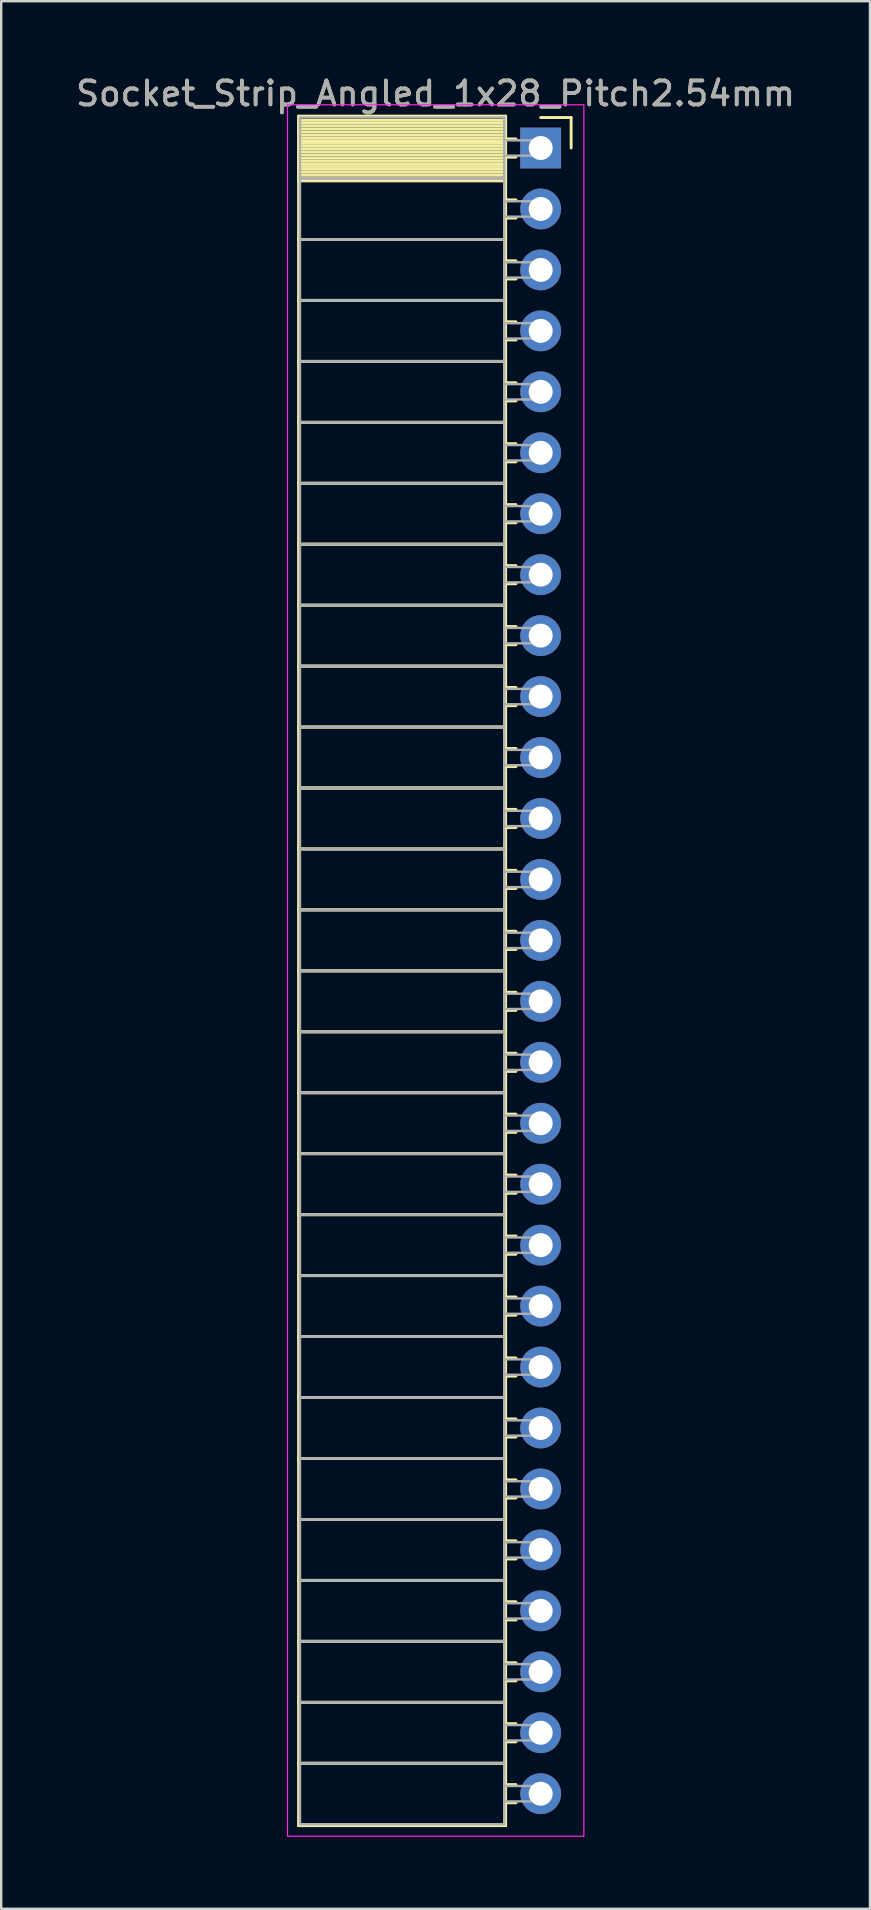
<source format=kicad_pcb>
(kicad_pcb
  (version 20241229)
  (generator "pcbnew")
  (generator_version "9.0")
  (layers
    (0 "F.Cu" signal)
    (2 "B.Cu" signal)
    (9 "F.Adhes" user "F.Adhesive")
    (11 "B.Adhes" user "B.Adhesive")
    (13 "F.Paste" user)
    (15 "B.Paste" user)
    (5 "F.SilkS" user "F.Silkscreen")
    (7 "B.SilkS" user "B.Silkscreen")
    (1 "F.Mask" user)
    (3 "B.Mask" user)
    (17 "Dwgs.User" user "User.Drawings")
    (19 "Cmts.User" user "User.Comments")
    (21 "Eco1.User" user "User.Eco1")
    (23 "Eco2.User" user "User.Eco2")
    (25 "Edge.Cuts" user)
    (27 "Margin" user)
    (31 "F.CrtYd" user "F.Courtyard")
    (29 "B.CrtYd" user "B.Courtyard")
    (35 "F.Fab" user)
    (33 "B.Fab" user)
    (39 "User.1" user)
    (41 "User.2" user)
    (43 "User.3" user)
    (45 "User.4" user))
  (footprint "Socket_Strip_Angled_1x28_Pitch2.54mm"
    (layer "F.Cu")
    (at 19.481 3.118)
    (property "Reference" "Socket_Strip_Angled_1x28_Pitch2.54mm" (at -4.38 -2.27 0) (layer "F.SilkS") (effects (font (size 1 1) (thickness 0.15))))
    (attr through_hole)
    (fp_line (start -10.09 -1.33) (end -1.46 -1.33) (stroke (width 0.12) (type solid)) (layer "F.SilkS"))
    (fp_line (start -10.09 1.27) (end -10.09 -1.33) (stroke (width 0.12) (type solid)) (layer "F.SilkS"))
    (fp_line (start -10.09 1.27) (end -1.46 1.27) (stroke (width 0.12) (type solid)) (layer "F.SilkS"))
    (fp_line (start -10.09 3.81) (end -10.09 1.27) (stroke (width 0.12) (type solid)) (layer "F.SilkS"))
    (fp_line (start -10.09 3.81) (end -1.46 3.81) (stroke (width 0.12) (type solid)) (layer "F.SilkS"))
    (fp_line (start -10.09 6.35) (end -10.09 3.81) (stroke (width 0.12) (type solid)) (layer "F.SilkS"))
    (fp_line (start -10.09 6.35) (end -1.46 6.35) (stroke (width 0.12) (type solid)) (layer "F.SilkS"))
    (fp_line (start -10.09 8.89) (end -10.09 6.35) (stroke (width 0.12) (type solid)) (layer "F.SilkS"))
    (fp_line (start -10.09 8.89) (end -1.46 8.89) (stroke (width 0.12) (type solid)) (layer "F.SilkS"))
    (fp_line (start -10.09 11.43) (end -10.09 8.89) (stroke (width 0.12) (type solid)) (layer "F.SilkS"))
    (fp_line (start -10.09 11.43) (end -1.46 11.43) (stroke (width 0.12) (type solid)) (layer "F.SilkS"))
    (fp_line (start -10.09 13.97) (end -10.09 11.43) (stroke (width 0.12) (type solid)) (layer "F.SilkS"))
    (fp_line (start -10.09 13.97) (end -1.46 13.97) (stroke (width 0.12) (type solid)) (layer "F.SilkS"))
    (fp_line (start -10.09 16.51) (end -10.09 13.97) (stroke (width 0.12) (type solid)) (layer "F.SilkS"))
    (fp_line (start -10.09 16.51) (end -1.46 16.51) (stroke (width 0.12) (type solid)) (layer "F.SilkS"))
    (fp_line (start -10.09 19.05) (end -10.09 16.51) (stroke (width 0.12) (type solid)) (layer "F.SilkS"))
    (fp_line (start -10.09 19.05) (end -1.46 19.05) (stroke (width 0.12) (type solid)) (layer "F.SilkS"))
    (fp_line (start -10.09 21.59) (end -10.09 19.05) (stroke (width 0.12) (type solid)) (layer "F.SilkS"))
    (fp_line (start -10.09 21.59) (end -1.46 21.59) (stroke (width 0.12) (type solid)) (layer "F.SilkS"))
    (fp_line (start -10.09 24.13) (end -10.09 21.59) (stroke (width 0.12) (type solid)) (layer "F.SilkS"))
    (fp_line (start -10.09 24.13) (end -1.46 24.13) (stroke (width 0.12) (type solid)) (layer "F.SilkS"))
    (fp_line (start -10.09 26.67) (end -10.09 24.13) (stroke (width 0.12) (type solid)) (layer "F.SilkS"))
    (fp_line (start -10.09 26.67) (end -1.46 26.67) (stroke (width 0.12) (type solid)) (layer "F.SilkS"))
    (fp_line (start -10.09 29.21) (end -10.09 26.67) (stroke (width 0.12) (type solid)) (layer "F.SilkS"))
    (fp_line (start -10.09 29.21) (end -1.46 29.21) (stroke (width 0.12) (type solid)) (layer "F.SilkS"))
    (fp_line (start -10.09 31.75) (end -10.09 29.21) (stroke (width 0.12) (type solid)) (layer "F.SilkS"))
    (fp_line (start -10.09 31.75) (end -1.46 31.75) (stroke (width 0.12) (type solid)) (layer "F.SilkS"))
    (fp_line (start -10.09 34.29) (end -10.09 31.75) (stroke (width 0.12) (type solid)) (layer "F.SilkS"))
    (fp_line (start -10.09 34.29) (end -1.46 34.29) (stroke (width 0.12) (type solid)) (layer "F.SilkS"))
    (fp_line (start -10.09 36.83) (end -10.09 34.29) (stroke (width 0.12) (type solid)) (layer "F.SilkS"))
    (fp_line (start -10.09 36.83) (end -1.46 36.83) (stroke (width 0.12) (type solid)) (layer "F.SilkS"))
    (fp_line (start -10.09 39.37) (end -10.09 36.83) (stroke (width 0.12) (type solid)) (layer "F.SilkS"))
    (fp_line (start -10.09 39.37) (end -1.46 39.37) (stroke (width 0.12) (type solid)) (layer "F.SilkS"))
    (fp_line (start -10.09 41.91) (end -10.09 39.37) (stroke (width 0.12) (type solid)) (layer "F.SilkS"))
    (fp_line (start -10.09 41.91) (end -1.46 41.91) (stroke (width 0.12) (type solid)) (layer "F.SilkS"))
    (fp_line (start -10.09 44.45) (end -10.09 41.91) (stroke (width 0.12) (type solid)) (layer "F.SilkS"))
    (fp_line (start -10.09 44.45) (end -1.46 44.45) (stroke (width 0.12) (type solid)) (layer "F.SilkS"))
    (fp_line (start -10.09 46.99) (end -10.09 44.45) (stroke (width 0.12) (type solid)) (layer "F.SilkS"))
    (fp_line (start -10.09 46.99) (end -1.46 46.99) (stroke (width 0.12) (type solid)) (layer "F.SilkS"))
    (fp_line (start -10.09 49.53) (end -10.09 46.99) (stroke (width 0.12) (type solid)) (layer "F.SilkS"))
    (fp_line (start -10.09 49.53) (end -1.46 49.53) (stroke (width 0.12) (type solid)) (layer "F.SilkS"))
    (fp_line (start -10.09 52.07) (end -10.09 49.53) (stroke (width 0.12) (type solid)) (layer "F.SilkS"))
    (fp_line (start -10.09 52.07) (end -1.46 52.07) (stroke (width 0.12) (type solid)) (layer "F.SilkS"))
    (fp_line (start -10.09 54.61) (end -10.09 52.07) (stroke (width 0.12) (type solid)) (layer "F.SilkS"))
    (fp_line (start -10.09 54.61) (end -1.46 54.61) (stroke (width 0.12) (type solid)) (layer "F.SilkS"))
    (fp_line (start -10.09 57.15) (end -10.09 54.61) (stroke (width 0.12) (type solid)) (layer "F.SilkS"))
    (fp_line (start -10.09 57.15) (end -1.46 57.15) (stroke (width 0.12) (type solid)) (layer "F.SilkS"))
    (fp_line (start -10.09 59.69) (end -10.09 57.15) (stroke (width 0.12) (type solid)) (layer "F.SilkS"))
    (fp_line (start -10.09 59.69) (end -1.46 59.69) (stroke (width 0.12) (type solid)) (layer "F.SilkS"))
    (fp_line (start -10.09 62.23) (end -10.09 59.69) (stroke (width 0.12) (type solid)) (layer "F.SilkS"))
    (fp_line (start -10.09 62.23) (end -1.46 62.23) (stroke (width 0.12) (type solid)) (layer "F.SilkS"))
    (fp_line (start -10.09 64.77) (end -10.09 62.23) (stroke (width 0.12) (type solid)) (layer "F.SilkS"))
    (fp_line (start -10.09 64.77) (end -1.46 64.77) (stroke (width 0.12) (type solid)) (layer "F.SilkS"))
    (fp_line (start -10.09 67.31) (end -10.09 64.77) (stroke (width 0.12) (type solid)) (layer "F.SilkS"))
    (fp_line (start -10.09 67.31) (end -1.46 67.31) (stroke (width 0.12) (type solid)) (layer "F.SilkS"))
    (fp_line (start -10.09 69.91) (end -10.09 67.31) (stroke (width 0.12) (type solid)) (layer "F.SilkS"))
    (fp_line (start -1.46 -1.33) (end -1.46 1.27) (stroke (width 0.12) (type solid)) (layer "F.SilkS"))
    (fp_line (start -1.46 -1.15) (end -10.09 -1.15) (stroke (width 0.12) (type solid)) (layer "F.SilkS"))
    (fp_line (start -1.46 -1.03) (end -10.09 -1.03) (stroke (width 0.12) (type solid)) (layer "F.SilkS"))
    (fp_line (start -1.46 -0.91) (end -10.09 -0.91) (stroke (width 0.12) (type solid)) (layer "F.SilkS"))
    (fp_line (start -1.46 -0.79) (end -10.09 -0.79) (stroke (width 0.12) (type solid)) (layer "F.SilkS"))
    (fp_line (start -1.46 -0.67) (end -10.09 -0.67) (stroke (width 0.12) (type solid)) (layer "F.SilkS"))
    (fp_line (start -1.46 -0.55) (end -10.09 -0.55) (stroke (width 0.12) (type solid)) (layer "F.SilkS"))
    (fp_line (start -1.46 -0.43) (end -10.09 -0.43) (stroke (width 0.12) (type solid)) (layer "F.SilkS"))
    (fp_line (start -1.46 -0.31) (end -10.09 -0.31) (stroke (width 0.12) (type solid)) (layer "F.SilkS"))
    (fp_line (start -1.46 -0.19) (end -10.09 -0.19) (stroke (width 0.12) (type solid)) (layer "F.SilkS"))
    (fp_line (start -1.46 -0.07) (end -10.09 -0.07) (stroke (width 0.12) (type solid)) (layer "F.SilkS"))
    (fp_line (start -1.46 0.05) (end -10.09 0.05) (stroke (width 0.12) (type solid)) (layer "F.SilkS"))
    (fp_line (start -1.46 0.17) (end -10.09 0.17) (stroke (width 0.12) (type solid)) (layer "F.SilkS"))
    (fp_line (start -1.46 0.29) (end -10.09 0.29) (stroke (width 0.12) (type solid)) (layer "F.SilkS"))
    (fp_line (start -1.46 0.41) (end -10.09 0.41) (stroke (width 0.12) (type solid)) (layer "F.SilkS"))
    (fp_line (start -1.46 0.53) (end -10.09 0.53) (stroke (width 0.12) (type solid)) (layer "F.SilkS"))
    (fp_line (start -1.46 0.65) (end -10.09 0.65) (stroke (width 0.12) (type solid)) (layer "F.SilkS"))
    (fp_line (start -1.46 0.77) (end -10.09 0.77) (stroke (width 0.12) (type solid)) (layer "F.SilkS"))
    (fp_line (start -1.46 0.89) (end -10.09 0.89) (stroke (width 0.12) (type solid)) (layer "F.SilkS"))
    (fp_line (start -1.46 1.01) (end -10.09 1.01) (stroke (width 0.12) (type solid)) (layer "F.SilkS"))
    (fp_line (start -1.46 1.13) (end -10.09 1.13) (stroke (width 0.12) (type solid)) (layer "F.SilkS"))
    (fp_line (start -1.46 1.25) (end -10.09 1.25) (stroke (width 0.12) (type solid)) (layer "F.SilkS"))
    (fp_line (start -1.46 1.27) (end -10.09 1.27) (stroke (width 0.12) (type solid)) (layer "F.SilkS"))
    (fp_line (start -1.46 1.27) (end -1.46 3.81) (stroke (width 0.12) (type solid)) (layer "F.SilkS"))
    (fp_line (start -1.46 1.37) (end -10.09 1.37) (stroke (width 0.12) (type solid)) (layer "F.SilkS"))
    (fp_line (start -1.46 3.81) (end -10.09 3.81) (stroke (width 0.12) (type solid)) (layer "F.SilkS"))
    (fp_line (start -1.46 3.81) (end -1.46 6.35) (stroke (width 0.12) (type solid)) (layer "F.SilkS"))
    (fp_line (start -1.46 6.35) (end -10.09 6.35) (stroke (width 0.12) (type solid)) (layer "F.SilkS"))
    (fp_line (start -1.46 6.35) (end -1.46 8.89) (stroke (width 0.12) (type solid)) (layer "F.SilkS"))
    (fp_line (start -1.46 8.89) (end -10.09 8.89) (stroke (width 0.12) (type solid)) (layer "F.SilkS"))
    (fp_line (start -1.46 8.89) (end -1.46 11.43) (stroke (width 0.12) (type solid)) (layer "F.SilkS"))
    (fp_line (start -1.46 11.43) (end -10.09 11.43) (stroke (width 0.12) (type solid)) (layer "F.SilkS"))
    (fp_line (start -1.46 11.43) (end -1.46 13.97) (stroke (width 0.12) (type solid)) (layer "F.SilkS"))
    (fp_line (start -1.46 13.97) (end -10.09 13.97) (stroke (width 0.12) (type solid)) (layer "F.SilkS"))
    (fp_line (start -1.46 13.97) (end -1.46 16.51) (stroke (width 0.12) (type solid)) (layer "F.SilkS"))
    (fp_line (start -1.46 16.51) (end -10.09 16.51) (stroke (width 0.12) (type solid)) (layer "F.SilkS"))
    (fp_line (start -1.46 16.51) (end -1.46 19.05) (stroke (width 0.12) (type solid)) (layer "F.SilkS"))
    (fp_line (start -1.46 19.05) (end -10.09 19.05) (stroke (width 0.12) (type solid)) (layer "F.SilkS"))
    (fp_line (start -1.46 19.05) (end -1.46 21.59) (stroke (width 0.12) (type solid)) (layer "F.SilkS"))
    (fp_line (start -1.46 21.59) (end -10.09 21.59) (stroke (width 0.12) (type solid)) (layer "F.SilkS"))
    (fp_line (start -1.46 21.59) (end -1.46 24.13) (stroke (width 0.12) (type solid)) (layer "F.SilkS"))
    (fp_line (start -1.46 24.13) (end -10.09 24.13) (stroke (width 0.12) (type solid)) (layer "F.SilkS"))
    (fp_line (start -1.46 24.13) (end -1.46 26.67) (stroke (width 0.12) (type solid)) (layer "F.SilkS"))
    (fp_line (start -1.46 26.67) (end -10.09 26.67) (stroke (width 0.12) (type solid)) (layer "F.SilkS"))
    (fp_line (start -1.46 26.67) (end -1.46 29.21) (stroke (width 0.12) (type solid)) (layer "F.SilkS"))
    (fp_line (start -1.46 29.21) (end -10.09 29.21) (stroke (width 0.12) (type solid)) (layer "F.SilkS"))
    (fp_line (start -1.46 29.21) (end -1.46 31.75) (stroke (width 0.12) (type solid)) (layer "F.SilkS"))
    (fp_line (start -1.46 31.75) (end -10.09 31.75) (stroke (width 0.12) (type solid)) (layer "F.SilkS"))
    (fp_line (start -1.46 31.75) (end -1.46 34.29) (stroke (width 0.12) (type solid)) (layer "F.SilkS"))
    (fp_line (start -1.46 34.29) (end -10.09 34.29) (stroke (width 0.12) (type solid)) (layer "F.SilkS"))
    (fp_line (start -1.46 34.29) (end -1.46 36.83) (stroke (width 0.12) (type solid)) (layer "F.SilkS"))
    (fp_line (start -1.46 36.83) (end -10.09 36.83) (stroke (width 0.12) (type solid)) (layer "F.SilkS"))
    (fp_line (start -1.46 36.83) (end -1.46 39.37) (stroke (width 0.12) (type solid)) (layer "F.SilkS"))
    (fp_line (start -1.46 39.37) (end -10.09 39.37) (stroke (width 0.12) (type solid)) (layer "F.SilkS"))
    (fp_line (start -1.46 39.37) (end -1.46 41.91) (stroke (width 0.12) (type solid)) (layer "F.SilkS"))
    (fp_line (start -1.46 41.91) (end -10.09 41.91) (stroke (width 0.12) (type solid)) (layer "F.SilkS"))
    (fp_line (start -1.46 41.91) (end -1.46 44.45) (stroke (width 0.12) (type solid)) (layer "F.SilkS"))
    (fp_line (start -1.46 44.45) (end -10.09 44.45) (stroke (width 0.12) (type solid)) (layer "F.SilkS"))
    (fp_line (start -1.46 44.45) (end -1.46 46.99) (stroke (width 0.12) (type solid)) (layer "F.SilkS"))
    (fp_line (start -1.46 46.99) (end -10.09 46.99) (stroke (width 0.12) (type solid)) (layer "F.SilkS"))
    (fp_line (start -1.46 46.99) (end -1.46 49.53) (stroke (width 0.12) (type solid)) (layer "F.SilkS"))
    (fp_line (start -1.46 49.53) (end -10.09 49.53) (stroke (width 0.12) (type solid)) (layer "F.SilkS"))
    (fp_line (start -1.46 49.53) (end -1.46 52.07) (stroke (width 0.12) (type solid)) (layer "F.SilkS"))
    (fp_line (start -1.46 52.07) (end -10.09 52.07) (stroke (width 0.12) (type solid)) (layer "F.SilkS"))
    (fp_line (start -1.46 52.07) (end -1.46 54.61) (stroke (width 0.12) (type solid)) (layer "F.SilkS"))
    (fp_line (start -1.46 54.61) (end -10.09 54.61) (stroke (width 0.12) (type solid)) (layer "F.SilkS"))
    (fp_line (start -1.46 54.61) (end -1.46 57.15) (stroke (width 0.12) (type solid)) (layer "F.SilkS"))
    (fp_line (start -1.46 57.15) (end -10.09 57.15) (stroke (width 0.12) (type solid)) (layer "F.SilkS"))
    (fp_line (start -1.46 57.15) (end -1.46 59.69) (stroke (width 0.12) (type solid)) (layer "F.SilkS"))
    (fp_line (start -1.46 59.69) (end -10.09 59.69) (stroke (width 0.12) (type solid)) (layer "F.SilkS"))
    (fp_line (start -1.46 59.69) (end -1.46 62.23) (stroke (width 0.12) (type solid)) (layer "F.SilkS"))
    (fp_line (start -1.46 62.23) (end -10.09 62.23) (stroke (width 0.12) (type solid)) (layer "F.SilkS"))
    (fp_line (start -1.46 62.23) (end -1.46 64.77) (stroke (width 0.12) (type solid)) (layer "F.SilkS"))
    (fp_line (start -1.46 64.77) (end -10.09 64.77) (stroke (width 0.12) (type solid)) (layer "F.SilkS"))
    (fp_line (start -1.46 64.77) (end -1.46 67.31) (stroke (width 0.12) (type solid)) (layer "F.SilkS"))
    (fp_line (start -1.46 67.31) (end -10.09 67.31) (stroke (width 0.12) (type solid)) (layer "F.SilkS"))
    (fp_line (start -1.46 67.31) (end -1.46 69.91) (stroke (width 0.12) (type solid)) (layer "F.SilkS"))
    (fp_line (start -1.46 69.91) (end -10.09 69.91) (stroke (width 0.12) (type solid)) (layer "F.SilkS"))
    (fp_line (start -1.03 -0.38) (end -1.46 -0.38) (stroke (width 0.12) (type solid)) (layer "F.SilkS"))
    (fp_line (start -1.03 0.38) (end -1.46 0.38) (stroke (width 0.12) (type solid)) (layer "F.SilkS"))
    (fp_line (start -1.03 2.16) (end -1.46 2.16) (stroke (width 0.12) (type solid)) (layer "F.SilkS"))
    (fp_line (start -1.03 2.92) (end -1.46 2.92) (stroke (width 0.12) (type solid)) (layer "F.SilkS"))
    (fp_line (start -1.03 4.7) (end -1.46 4.7) (stroke (width 0.12) (type solid)) (layer "F.SilkS"))
    (fp_line (start -1.03 5.46) (end -1.46 5.46) (stroke (width 0.12) (type solid)) (layer "F.SilkS"))
    (fp_line (start -1.03 7.24) (end -1.46 7.24) (stroke (width 0.12) (type solid)) (layer "F.SilkS"))
    (fp_line (start -1.03 8) (end -1.46 8) (stroke (width 0.12) (type solid)) (layer "F.SilkS"))
    (fp_line (start -1.03 9.78) (end -1.46 9.78) (stroke (width 0.12) (type solid)) (layer "F.SilkS"))
    (fp_line (start -1.03 10.54) (end -1.46 10.54) (stroke (width 0.12) (type solid)) (layer "F.SilkS"))
    (fp_line (start -1.03 12.32) (end -1.46 12.32) (stroke (width 0.12) (type solid)) (layer "F.SilkS"))
    (fp_line (start -1.03 13.08) (end -1.46 13.08) (stroke (width 0.12) (type solid)) (layer "F.SilkS"))
    (fp_line (start -1.03 14.86) (end -1.46 14.86) (stroke (width 0.12) (type solid)) (layer "F.SilkS"))
    (fp_line (start -1.03 15.62) (end -1.46 15.62) (stroke (width 0.12) (type solid)) (layer "F.SilkS"))
    (fp_line (start -1.03 17.4) (end -1.46 17.4) (stroke (width 0.12) (type solid)) (layer "F.SilkS"))
    (fp_line (start -1.03 18.16) (end -1.46 18.16) (stroke (width 0.12) (type solid)) (layer "F.SilkS"))
    (fp_line (start -1.03 19.94) (end -1.46 19.94) (stroke (width 0.12) (type solid)) (layer "F.SilkS"))
    (fp_line (start -1.03 20.7) (end -1.46 20.7) (stroke (width 0.12) (type solid)) (layer "F.SilkS"))
    (fp_line (start -1.03 22.48) (end -1.46 22.48) (stroke (width 0.12) (type solid)) (layer "F.SilkS"))
    (fp_line (start -1.03 23.24) (end -1.46 23.24) (stroke (width 0.12) (type solid)) (layer "F.SilkS"))
    (fp_line (start -1.03 25.02) (end -1.46 25.02) (stroke (width 0.12) (type solid)) (layer "F.SilkS"))
    (fp_line (start -1.03 25.78) (end -1.46 25.78) (stroke (width 0.12) (type solid)) (layer "F.SilkS"))
    (fp_line (start -1.03 27.56) (end -1.46 27.56) (stroke (width 0.12) (type solid)) (layer "F.SilkS"))
    (fp_line (start -1.03 28.32) (end -1.46 28.32) (stroke (width 0.12) (type solid)) (layer "F.SilkS"))
    (fp_line (start -1.03 30.1) (end -1.46 30.1) (stroke (width 0.12) (type solid)) (layer "F.SilkS"))
    (fp_line (start -1.03 30.86) (end -1.46 30.86) (stroke (width 0.12) (type solid)) (layer "F.SilkS"))
    (fp_line (start -1.03 32.64) (end -1.46 32.64) (stroke (width 0.12) (type solid)) (layer "F.SilkS"))
    (fp_line (start -1.03 33.4) (end -1.46 33.4) (stroke (width 0.12) (type solid)) (layer "F.SilkS"))
    (fp_line (start -1.03 35.18) (end -1.46 35.18) (stroke (width 0.12) (type solid)) (layer "F.SilkS"))
    (fp_line (start -1.03 35.94) (end -1.46 35.94) (stroke (width 0.12) (type solid)) (layer "F.SilkS"))
    (fp_line (start -1.03 37.72) (end -1.46 37.72) (stroke (width 0.12) (type solid)) (layer "F.SilkS"))
    (fp_line (start -1.03 38.48) (end -1.46 38.48) (stroke (width 0.12) (type solid)) (layer "F.SilkS"))
    (fp_line (start -1.03 40.26) (end -1.46 40.26) (stroke (width 0.12) (type solid)) (layer "F.SilkS"))
    (fp_line (start -1.03 41.02) (end -1.46 41.02) (stroke (width 0.12) (type solid)) (layer "F.SilkS"))
    (fp_line (start -1.03 42.8) (end -1.46 42.8) (stroke (width 0.12) (type solid)) (layer "F.SilkS"))
    (fp_line (start -1.03 43.56) (end -1.46 43.56) (stroke (width 0.12) (type solid)) (layer "F.SilkS"))
    (fp_line (start -1.03 45.34) (end -1.46 45.34) (stroke (width 0.12) (type solid)) (layer "F.SilkS"))
    (fp_line (start -1.03 46.1) (end -1.46 46.1) (stroke (width 0.12) (type solid)) (layer "F.SilkS"))
    (fp_line (start -1.03 47.88) (end -1.46 47.88) (stroke (width 0.12) (type solid)) (layer "F.SilkS"))
    (fp_line (start -1.03 48.64) (end -1.46 48.64) (stroke (width 0.12) (type solid)) (layer "F.SilkS"))
    (fp_line (start -1.03 50.42) (end -1.46 50.42) (stroke (width 0.12) (type solid)) (layer "F.SilkS"))
    (fp_line (start -1.03 51.18) (end -1.46 51.18) (stroke (width 0.12) (type solid)) (layer "F.SilkS"))
    (fp_line (start -1.03 52.96) (end -1.46 52.96) (stroke (width 0.12) (type solid)) (layer "F.SilkS"))
    (fp_line (start -1.03 53.72) (end -1.46 53.72) (stroke (width 0.12) (type solid)) (layer "F.SilkS"))
    (fp_line (start -1.03 55.5) (end -1.46 55.5) (stroke (width 0.12) (type solid)) (layer "F.SilkS"))
    (fp_line (start -1.03 56.26) (end -1.46 56.26) (stroke (width 0.12) (type solid)) (layer "F.SilkS"))
    (fp_line (start -1.03 58.04) (end -1.46 58.04) (stroke (width 0.12) (type solid)) (layer "F.SilkS"))
    (fp_line (start -1.03 58.8) (end -1.46 58.8) (stroke (width 0.12) (type solid)) (layer "F.SilkS"))
    (fp_line (start -1.03 60.58) (end -1.46 60.58) (stroke (width 0.12) (type solid)) (layer "F.SilkS"))
    (fp_line (start -1.03 61.34) (end -1.46 61.34) (stroke (width 0.12) (type solid)) (layer "F.SilkS"))
    (fp_line (start -1.03 63.12) (end -1.46 63.12) (stroke (width 0.12) (type solid)) (layer "F.SilkS"))
    (fp_line (start -1.03 63.88) (end -1.46 63.88) (stroke (width 0.12) (type solid)) (layer "F.SilkS"))
    (fp_line (start -1.03 65.66) (end -1.46 65.66) (stroke (width 0.12) (type solid)) (layer "F.SilkS"))
    (fp_line (start -1.03 66.42) (end -1.46 66.42) (stroke (width 0.12) (type solid)) (layer "F.SilkS"))
    (fp_line (start -1.03 68.2) (end -1.46 68.2) (stroke (width 0.12) (type solid)) (layer "F.SilkS"))
    (fp_line (start -1.03 68.96) (end -1.46 68.96) (stroke (width 0.12) (type solid)) (layer "F.SilkS"))
    (fp_line (start 0 -1.27) (end 1.27 -1.27) (stroke (width 0.12) (type solid)) (layer "F.SilkS"))
    (fp_line (start 1.27 -1.27) (end 1.27 0) (stroke (width 0.12) (type solid)) (layer "F.SilkS"))
    (fp_line (start -10.55 -1.8) (end 1.8 -1.8) (stroke (width 0.05) (type solid)) (layer "F.CrtYd"))
    (fp_line (start -10.55 70.35) (end -10.55 -1.8) (stroke (width 0.05) (type solid)) (layer "F.CrtYd"))
    (fp_line (start 1.8 -1.8) (end 1.8 70.35) (stroke (width 0.05) (type solid)) (layer "F.CrtYd"))
    (fp_line (start 1.8 70.35) (end -10.55 70.35) (stroke (width 0.05) (type solid)) (layer "F.CrtYd"))
    (fp_line (start -10.03 -1.27) (end -1.52 -1.27) (stroke (width 0.1) (type solid)) (layer "F.Fab"))
    (fp_line (start -10.03 1.27) (end -10.03 -1.27) (stroke (width 0.1) (type solid)) (layer "F.Fab"))
    (fp_line (start -10.03 1.27) (end -1.52 1.27) (stroke (width 0.1) (type solid)) (layer "F.Fab"))
    (fp_line (start -10.03 3.81) (end -10.03 1.27) (stroke (width 0.1) (type solid)) (layer "F.Fab"))
    (fp_line (start -10.03 3.81) (end -1.52 3.81) (stroke (width 0.1) (type solid)) (layer "F.Fab"))
    (fp_line (start -10.03 6.35) (end -10.03 3.81) (stroke (width 0.1) (type solid)) (layer "F.Fab"))
    (fp_line (start -10.03 6.35) (end -1.52 6.35) (stroke (width 0.1) (type solid)) (layer "F.Fab"))
    (fp_line (start -10.03 8.89) (end -10.03 6.35) (stroke (width 0.1) (type solid)) (layer "F.Fab"))
    (fp_line (start -10.03 8.89) (end -1.52 8.89) (stroke (width 0.1) (type solid)) (layer "F.Fab"))
    (fp_line (start -10.03 11.43) (end -10.03 8.89) (stroke (width 0.1) (type solid)) (layer "F.Fab"))
    (fp_line (start -10.03 11.43) (end -1.52 11.43) (stroke (width 0.1) (type solid)) (layer "F.Fab"))
    (fp_line (start -10.03 13.97) (end -10.03 11.43) (stroke (width 0.1) (type solid)) (layer "F.Fab"))
    (fp_line (start -10.03 13.97) (end -1.52 13.97) (stroke (width 0.1) (type solid)) (layer "F.Fab"))
    (fp_line (start -10.03 16.51) (end -10.03 13.97) (stroke (width 0.1) (type solid)) (layer "F.Fab"))
    (fp_line (start -10.03 16.51) (end -1.52 16.51) (stroke (width 0.1) (type solid)) (layer "F.Fab"))
    (fp_line (start -10.03 19.05) (end -10.03 16.51) (stroke (width 0.1) (type solid)) (layer "F.Fab"))
    (fp_line (start -10.03 19.05) (end -1.52 19.05) (stroke (width 0.1) (type solid)) (layer "F.Fab"))
    (fp_line (start -10.03 21.59) (end -10.03 19.05) (stroke (width 0.1) (type solid)) (layer "F.Fab"))
    (fp_line (start -10.03 21.59) (end -1.52 21.59) (stroke (width 0.1) (type solid)) (layer "F.Fab"))
    (fp_line (start -10.03 24.13) (end -10.03 21.59) (stroke (width 0.1) (type solid)) (layer "F.Fab"))
    (fp_line (start -10.03 24.13) (end -1.52 24.13) (stroke (width 0.1) (type solid)) (layer "F.Fab"))
    (fp_line (start -10.03 26.67) (end -10.03 24.13) (stroke (width 0.1) (type solid)) (layer "F.Fab"))
    (fp_line (start -10.03 26.67) (end -1.52 26.67) (stroke (width 0.1) (type solid)) (layer "F.Fab"))
    (fp_line (start -10.03 29.21) (end -10.03 26.67) (stroke (width 0.1) (type solid)) (layer "F.Fab"))
    (fp_line (start -10.03 29.21) (end -1.52 29.21) (stroke (width 0.1) (type solid)) (layer "F.Fab"))
    (fp_line (start -10.03 31.75) (end -10.03 29.21) (stroke (width 0.1) (type solid)) (layer "F.Fab"))
    (fp_line (start -10.03 31.75) (end -1.52 31.75) (stroke (width 0.1) (type solid)) (layer "F.Fab"))
    (fp_line (start -10.03 34.29) (end -10.03 31.75) (stroke (width 0.1) (type solid)) (layer "F.Fab"))
    (fp_line (start -10.03 34.29) (end -1.52 34.29) (stroke (width 0.1) (type solid)) (layer "F.Fab"))
    (fp_line (start -10.03 36.83) (end -10.03 34.29) (stroke (width 0.1) (type solid)) (layer "F.Fab"))
    (fp_line (start -10.03 36.83) (end -1.52 36.83) (stroke (width 0.1) (type solid)) (layer "F.Fab"))
    (fp_line (start -10.03 39.37) (end -10.03 36.83) (stroke (width 0.1) (type solid)) (layer "F.Fab"))
    (fp_line (start -10.03 39.37) (end -1.52 39.37) (stroke (width 0.1) (type solid)) (layer "F.Fab"))
    (fp_line (start -10.03 41.91) (end -10.03 39.37) (stroke (width 0.1) (type solid)) (layer "F.Fab"))
    (fp_line (start -10.03 41.91) (end -1.52 41.91) (stroke (width 0.1) (type solid)) (layer "F.Fab"))
    (fp_line (start -10.03 44.45) (end -10.03 41.91) (stroke (width 0.1) (type solid)) (layer "F.Fab"))
    (fp_line (start -10.03 44.45) (end -1.52 44.45) (stroke (width 0.1) (type solid)) (layer "F.Fab"))
    (fp_line (start -10.03 46.99) (end -10.03 44.45) (stroke (width 0.1) (type solid)) (layer "F.Fab"))
    (fp_line (start -10.03 46.99) (end -1.52 46.99) (stroke (width 0.1) (type solid)) (layer "F.Fab"))
    (fp_line (start -10.03 49.53) (end -10.03 46.99) (stroke (width 0.1) (type solid)) (layer "F.Fab"))
    (fp_line (start -10.03 49.53) (end -1.52 49.53) (stroke (width 0.1) (type solid)) (layer "F.Fab"))
    (fp_line (start -10.03 52.07) (end -10.03 49.53) (stroke (width 0.1) (type solid)) (layer "F.Fab"))
    (fp_line (start -10.03 52.07) (end -1.52 52.07) (stroke (width 0.1) (type solid)) (layer "F.Fab"))
    (fp_line (start -10.03 54.61) (end -10.03 52.07) (stroke (width 0.1) (type solid)) (layer "F.Fab"))
    (fp_line (start -10.03 54.61) (end -1.52 54.61) (stroke (width 0.1) (type solid)) (layer "F.Fab"))
    (fp_line (start -10.03 57.15) (end -10.03 54.61) (stroke (width 0.1) (type solid)) (layer "F.Fab"))
    (fp_line (start -10.03 57.15) (end -1.52 57.15) (stroke (width 0.1) (type solid)) (layer "F.Fab"))
    (fp_line (start -10.03 59.69) (end -10.03 57.15) (stroke (width 0.1) (type solid)) (layer "F.Fab"))
    (fp_line (start -10.03 59.69) (end -1.52 59.69) (stroke (width 0.1) (type solid)) (layer "F.Fab"))
    (fp_line (start -10.03 62.23) (end -10.03 59.69) (stroke (width 0.1) (type solid)) (layer "F.Fab"))
    (fp_line (start -10.03 62.23) (end -1.52 62.23) (stroke (width 0.1) (type solid)) (layer "F.Fab"))
    (fp_line (start -10.03 64.77) (end -10.03 62.23) (stroke (width 0.1) (type solid)) (layer "F.Fab"))
    (fp_line (start -10.03 64.77) (end -1.52 64.77) (stroke (width 0.1) (type solid)) (layer "F.Fab"))
    (fp_line (start -10.03 67.31) (end -10.03 64.77) (stroke (width 0.1) (type solid)) (layer "F.Fab"))
    (fp_line (start -10.03 67.31) (end -1.52 67.31) (stroke (width 0.1) (type solid)) (layer "F.Fab"))
    (fp_line (start -10.03 69.85) (end -10.03 67.31) (stroke (width 0.1) (type solid)) (layer "F.Fab"))
    (fp_line (start -1.52 -1.27) (end -1.52 1.27) (stroke (width 0.1) (type solid)) (layer "F.Fab"))
    (fp_line (start -1.52 -0.32) (end 0 -0.32) (stroke (width 0.1) (type solid)) (layer "F.Fab"))
    (fp_line (start -1.52 0.32) (end -1.52 -0.32) (stroke (width 0.1) (type solid)) (layer "F.Fab"))
    (fp_line (start -1.52 1.27) (end -10.03 1.27) (stroke (width 0.1) (type solid)) (layer "F.Fab"))
    (fp_line (start -1.52 1.27) (end -1.52 3.81) (stroke (width 0.1) (type solid)) (layer "F.Fab"))
    (fp_line (start -1.52 2.22) (end 0 2.22) (stroke (width 0.1) (type solid)) (layer "F.Fab"))
    (fp_line (start -1.52 2.86) (end -1.52 2.22) (stroke (width 0.1) (type solid)) (layer "F.Fab"))
    (fp_line (start -1.52 3.81) (end -10.03 3.81) (stroke (width 0.1) (type solid)) (layer "F.Fab"))
    (fp_line (start -1.52 3.81) (end -1.52 6.35) (stroke (width 0.1) (type solid)) (layer "F.Fab"))
    (fp_line (start -1.52 4.76) (end 0 4.76) (stroke (width 0.1) (type solid)) (layer "F.Fab"))
    (fp_line (start -1.52 5.4) (end -1.52 4.76) (stroke (width 0.1) (type solid)) (layer "F.Fab"))
    (fp_line (start -1.52 6.35) (end -10.03 6.35) (stroke (width 0.1) (type solid)) (layer "F.Fab"))
    (fp_line (start -1.52 6.35) (end -1.52 8.89) (stroke (width 0.1) (type solid)) (layer "F.Fab"))
    (fp_line (start -1.52 7.3) (end 0 7.3) (stroke (width 0.1) (type solid)) (layer "F.Fab"))
    (fp_line (start -1.52 7.94) (end -1.52 7.3) (stroke (width 0.1) (type solid)) (layer "F.Fab"))
    (fp_line (start -1.52 8.89) (end -10.03 8.89) (stroke (width 0.1) (type solid)) (layer "F.Fab"))
    (fp_line (start -1.52 8.89) (end -1.52 11.43) (stroke (width 0.1) (type solid)) (layer "F.Fab"))
    (fp_line (start -1.52 9.84) (end 0 9.84) (stroke (width 0.1) (type solid)) (layer "F.Fab"))
    (fp_line (start -1.52 10.48) (end -1.52 9.84) (stroke (width 0.1) (type solid)) (layer "F.Fab"))
    (fp_line (start -1.52 11.43) (end -10.03 11.43) (stroke (width 0.1) (type solid)) (layer "F.Fab"))
    (fp_line (start -1.52 11.43) (end -1.52 13.97) (stroke (width 0.1) (type solid)) (layer "F.Fab"))
    (fp_line (start -1.52 12.38) (end 0 12.38) (stroke (width 0.1) (type solid)) (layer "F.Fab"))
    (fp_line (start -1.52 13.02) (end -1.52 12.38) (stroke (width 0.1) (type solid)) (layer "F.Fab"))
    (fp_line (start -1.52 13.97) (end -10.03 13.97) (stroke (width 0.1) (type solid)) (layer "F.Fab"))
    (fp_line (start -1.52 13.97) (end -1.52 16.51) (stroke (width 0.1) (type solid)) (layer "F.Fab"))
    (fp_line (start -1.52 14.92) (end 0 14.92) (stroke (width 0.1) (type solid)) (layer "F.Fab"))
    (fp_line (start -1.52 15.56) (end -1.52 14.92) (stroke (width 0.1) (type solid)) (layer "F.Fab"))
    (fp_line (start -1.52 16.51) (end -10.03 16.51) (stroke (width 0.1) (type solid)) (layer "F.Fab"))
    (fp_line (start -1.52 16.51) (end -1.52 19.05) (stroke (width 0.1) (type solid)) (layer "F.Fab"))
    (fp_line (start -1.52 17.46) (end 0 17.46) (stroke (width 0.1) (type solid)) (layer "F.Fab"))
    (fp_line (start -1.52 18.1) (end -1.52 17.46) (stroke (width 0.1) (type solid)) (layer "F.Fab"))
    (fp_line (start -1.52 19.05) (end -10.03 19.05) (stroke (width 0.1) (type solid)) (layer "F.Fab"))
    (fp_line (start -1.52 19.05) (end -1.52 21.59) (stroke (width 0.1) (type solid)) (layer "F.Fab"))
    (fp_line (start -1.52 20) (end 0 20) (stroke (width 0.1) (type solid)) (layer "F.Fab"))
    (fp_line (start -1.52 20.64) (end -1.52 20) (stroke (width 0.1) (type solid)) (layer "F.Fab"))
    (fp_line (start -1.52 21.59) (end -10.03 21.59) (stroke (width 0.1) (type solid)) (layer "F.Fab"))
    (fp_line (start -1.52 21.59) (end -1.52 24.13) (stroke (width 0.1) (type solid)) (layer "F.Fab"))
    (fp_line (start -1.52 22.54) (end 0 22.54) (stroke (width 0.1) (type solid)) (layer "F.Fab"))
    (fp_line (start -1.52 23.18) (end -1.52 22.54) (stroke (width 0.1) (type solid)) (layer "F.Fab"))
    (fp_line (start -1.52 24.13) (end -10.03 24.13) (stroke (width 0.1) (type solid)) (layer "F.Fab"))
    (fp_line (start -1.52 24.13) (end -1.52 26.67) (stroke (width 0.1) (type solid)) (layer "F.Fab"))
    (fp_line (start -1.52 25.08) (end 0 25.08) (stroke (width 0.1) (type solid)) (layer "F.Fab"))
    (fp_line (start -1.52 25.72) (end -1.52 25.08) (stroke (width 0.1) (type solid)) (layer "F.Fab"))
    (fp_line (start -1.52 26.67) (end -10.03 26.67) (stroke (width 0.1) (type solid)) (layer "F.Fab"))
    (fp_line (start -1.52 26.67) (end -1.52 29.21) (stroke (width 0.1) (type solid)) (layer "F.Fab"))
    (fp_line (start -1.52 27.62) (end 0 27.62) (stroke (width 0.1) (type solid)) (layer "F.Fab"))
    (fp_line (start -1.52 28.26) (end -1.52 27.62) (stroke (width 0.1) (type solid)) (layer "F.Fab"))
    (fp_line (start -1.52 29.21) (end -10.03 29.21) (stroke (width 0.1) (type solid)) (layer "F.Fab"))
    (fp_line (start -1.52 29.21) (end -1.52 31.75) (stroke (width 0.1) (type solid)) (layer "F.Fab"))
    (fp_line (start -1.52 30.16) (end 0 30.16) (stroke (width 0.1) (type solid)) (layer "F.Fab"))
    (fp_line (start -1.52 30.8) (end -1.52 30.16) (stroke (width 0.1) (type solid)) (layer "F.Fab"))
    (fp_line (start -1.52 31.75) (end -10.03 31.75) (stroke (width 0.1) (type solid)) (layer "F.Fab"))
    (fp_line (start -1.52 31.75) (end -1.52 34.29) (stroke (width 0.1) (type solid)) (layer "F.Fab"))
    (fp_line (start -1.52 32.7) (end 0 32.7) (stroke (width 0.1) (type solid)) (layer "F.Fab"))
    (fp_line (start -1.52 33.34) (end -1.52 32.7) (stroke (width 0.1) (type solid)) (layer "F.Fab"))
    (fp_line (start -1.52 34.29) (end -10.03 34.29) (stroke (width 0.1) (type solid)) (layer "F.Fab"))
    (fp_line (start -1.52 34.29) (end -1.52 36.83) (stroke (width 0.1) (type solid)) (layer "F.Fab"))
    (fp_line (start -1.52 35.24) (end 0 35.24) (stroke (width 0.1) (type solid)) (layer "F.Fab"))
    (fp_line (start -1.52 35.88) (end -1.52 35.24) (stroke (width 0.1) (type solid)) (layer "F.Fab"))
    (fp_line (start -1.52 36.83) (end -10.03 36.83) (stroke (width 0.1) (type solid)) (layer "F.Fab"))
    (fp_line (start -1.52 36.83) (end -1.52 39.37) (stroke (width 0.1) (type solid)) (layer "F.Fab"))
    (fp_line (start -1.52 37.78) (end 0 37.78) (stroke (width 0.1) (type solid)) (layer "F.Fab"))
    (fp_line (start -1.52 38.42) (end -1.52 37.78) (stroke (width 0.1) (type solid)) (layer "F.Fab"))
    (fp_line (start -1.52 39.37) (end -10.03 39.37) (stroke (width 0.1) (type solid)) (layer "F.Fab"))
    (fp_line (start -1.52 39.37) (end -1.52 41.91) (stroke (width 0.1) (type solid)) (layer "F.Fab"))
    (fp_line (start -1.52 40.32) (end 0 40.32) (stroke (width 0.1) (type solid)) (layer "F.Fab"))
    (fp_line (start -1.52 40.96) (end -1.52 40.32) (stroke (width 0.1) (type solid)) (layer "F.Fab"))
    (fp_line (start -1.52 41.91) (end -10.03 41.91) (stroke (width 0.1) (type solid)) (layer "F.Fab"))
    (fp_line (start -1.52 41.91) (end -1.52 44.45) (stroke (width 0.1) (type solid)) (layer "F.Fab"))
    (fp_line (start -1.52 42.86) (end 0 42.86) (stroke (width 0.1) (type solid)) (layer "F.Fab"))
    (fp_line (start -1.52 43.5) (end -1.52 42.86) (stroke (width 0.1) (type solid)) (layer "F.Fab"))
    (fp_line (start -1.52 44.45) (end -10.03 44.45) (stroke (width 0.1) (type solid)) (layer "F.Fab"))
    (fp_line (start -1.52 44.45) (end -1.52 46.99) (stroke (width 0.1) (type solid)) (layer "F.Fab"))
    (fp_line (start -1.52 45.4) (end 0 45.4) (stroke (width 0.1) (type solid)) (layer "F.Fab"))
    (fp_line (start -1.52 46.04) (end -1.52 45.4) (stroke (width 0.1) (type solid)) (layer "F.Fab"))
    (fp_line (start -1.52 46.99) (end -10.03 46.99) (stroke (width 0.1) (type solid)) (layer "F.Fab"))
    (fp_line (start -1.52 46.99) (end -1.52 49.53) (stroke (width 0.1) (type solid)) (layer "F.Fab"))
    (fp_line (start -1.52 47.94) (end 0 47.94) (stroke (width 0.1) (type solid)) (layer "F.Fab"))
    (fp_line (start -1.52 48.58) (end -1.52 47.94) (stroke (width 0.1) (type solid)) (layer "F.Fab"))
    (fp_line (start -1.52 49.53) (end -10.03 49.53) (stroke (width 0.1) (type solid)) (layer "F.Fab"))
    (fp_line (start -1.52 49.53) (end -1.52 52.07) (stroke (width 0.1) (type solid)) (layer "F.Fab"))
    (fp_line (start -1.52 50.48) (end 0 50.48) (stroke (width 0.1) (type solid)) (layer "F.Fab"))
    (fp_line (start -1.52 51.12) (end -1.52 50.48) (stroke (width 0.1) (type solid)) (layer "F.Fab"))
    (fp_line (start -1.52 52.07) (end -10.03 52.07) (stroke (width 0.1) (type solid)) (layer "F.Fab"))
    (fp_line (start -1.52 52.07) (end -1.52 54.61) (stroke (width 0.1) (type solid)) (layer "F.Fab"))
    (fp_line (start -1.52 53.02) (end 0 53.02) (stroke (width 0.1) (type solid)) (layer "F.Fab"))
    (fp_line (start -1.52 53.66) (end -1.52 53.02) (stroke (width 0.1) (type solid)) (layer "F.Fab"))
    (fp_line (start -1.52 54.61) (end -10.03 54.61) (stroke (width 0.1) (type solid)) (layer "F.Fab"))
    (fp_line (start -1.52 54.61) (end -1.52 57.15) (stroke (width 0.1) (type solid)) (layer "F.Fab"))
    (fp_line (start -1.52 55.56) (end 0 55.56) (stroke (width 0.1) (type solid)) (layer "F.Fab"))
    (fp_line (start -1.52 56.2) (end -1.52 55.56) (stroke (width 0.1) (type solid)) (layer "F.Fab"))
    (fp_line (start -1.52 57.15) (end -10.03 57.15) (stroke (width 0.1) (type solid)) (layer "F.Fab"))
    (fp_line (start -1.52 57.15) (end -1.52 59.69) (stroke (width 0.1) (type solid)) (layer "F.Fab"))
    (fp_line (start -1.52 58.1) (end 0 58.1) (stroke (width 0.1) (type solid)) (layer "F.Fab"))
    (fp_line (start -1.52 58.74) (end -1.52 58.1) (stroke (width 0.1) (type solid)) (layer "F.Fab"))
    (fp_line (start -1.52 59.69) (end -10.03 59.69) (stroke (width 0.1) (type solid)) (layer "F.Fab"))
    (fp_line (start -1.52 59.69) (end -1.52 62.23) (stroke (width 0.1) (type solid)) (layer "F.Fab"))
    (fp_line (start -1.52 60.64) (end 0 60.64) (stroke (width 0.1) (type solid)) (layer "F.Fab"))
    (fp_line (start -1.52 61.28) (end -1.52 60.64) (stroke (width 0.1) (type solid)) (layer "F.Fab"))
    (fp_line (start -1.52 62.23) (end -10.03 62.23) (stroke (width 0.1) (type solid)) (layer "F.Fab"))
    (fp_line (start -1.52 62.23) (end -1.52 64.77) (stroke (width 0.1) (type solid)) (layer "F.Fab"))
    (fp_line (start -1.52 63.18) (end 0 63.18) (stroke (width 0.1) (type solid)) (layer "F.Fab"))
    (fp_line (start -1.52 63.82) (end -1.52 63.18) (stroke (width 0.1) (type solid)) (layer "F.Fab"))
    (fp_line (start -1.52 64.77) (end -10.03 64.77) (stroke (width 0.1) (type solid)) (layer "F.Fab"))
    (fp_line (start -1.52 64.77) (end -1.52 67.31) (stroke (width 0.1) (type solid)) (layer "F.Fab"))
    (fp_line (start -1.52 65.72) (end 0 65.72) (stroke (width 0.1) (type solid)) (layer "F.Fab"))
    (fp_line (start -1.52 66.36) (end -1.52 65.72) (stroke (width 0.1) (type solid)) (layer "F.Fab"))
    (fp_line (start -1.52 67.31) (end -10.03 67.31) (stroke (width 0.1) (type solid)) (layer "F.Fab"))
    (fp_line (start -1.52 67.31) (end -1.52 69.85) (stroke (width 0.1) (type solid)) (layer "F.Fab"))
    (fp_line (start -1.52 68.26) (end 0 68.26) (stroke (width 0.1) (type solid)) (layer "F.Fab"))
    (fp_line (start -1.52 68.9) (end -1.52 68.26) (stroke (width 0.1) (type solid)) (layer "F.Fab"))
    (fp_line (start -1.52 69.85) (end -10.03 69.85) (stroke (width 0.1) (type solid)) (layer "F.Fab"))
    (fp_line (start 0 -0.32) (end 0 0.32) (stroke (width 0.1) (type solid)) (layer "F.Fab"))
    (fp_line (start 0 0.32) (end -1.52 0.32) (stroke (width 0.1) (type solid)) (layer "F.Fab"))
    (fp_line (start 0 2.22) (end 0 2.86) (stroke (width 0.1) (type solid)) (layer "F.Fab"))
    (fp_line (start 0 2.86) (end -1.52 2.86) (stroke (width 0.1) (type solid)) (layer "F.Fab"))
    (fp_line (start 0 4.76) (end 0 5.4) (stroke (width 0.1) (type solid)) (layer "F.Fab"))
    (fp_line (start 0 5.4) (end -1.52 5.4) (stroke (width 0.1) (type solid)) (layer "F.Fab"))
    (fp_line (start 0 7.3) (end 0 7.94) (stroke (width 0.1) (type solid)) (layer "F.Fab"))
    (fp_line (start 0 7.94) (end -1.52 7.94) (stroke (width 0.1) (type solid)) (layer "F.Fab"))
    (fp_line (start 0 9.84) (end 0 10.48) (stroke (width 0.1) (type solid)) (layer "F.Fab"))
    (fp_line (start 0 10.48) (end -1.52 10.48) (stroke (width 0.1) (type solid)) (layer "F.Fab"))
    (fp_line (start 0 12.38) (end 0 13.02) (stroke (width 0.1) (type solid)) (layer "F.Fab"))
    (fp_line (start 0 13.02) (end -1.52 13.02) (stroke (width 0.1) (type solid)) (layer "F.Fab"))
    (fp_line (start 0 14.92) (end 0 15.56) (stroke (width 0.1) (type solid)) (layer "F.Fab"))
    (fp_line (start 0 15.56) (end -1.52 15.56) (stroke (width 0.1) (type solid)) (layer "F.Fab"))
    (fp_line (start 0 17.46) (end 0 18.1) (stroke (width 0.1) (type solid)) (layer "F.Fab"))
    (fp_line (start 0 18.1) (end -1.52 18.1) (stroke (width 0.1) (type solid)) (layer "F.Fab"))
    (fp_line (start 0 20) (end 0 20.64) (stroke (width 0.1) (type solid)) (layer "F.Fab"))
    (fp_line (start 0 20.64) (end -1.52 20.64) (stroke (width 0.1) (type solid)) (layer "F.Fab"))
    (fp_line (start 0 22.54) (end 0 23.18) (stroke (width 0.1) (type solid)) (layer "F.Fab"))
    (fp_line (start 0 23.18) (end -1.52 23.18) (stroke (width 0.1) (type solid)) (layer "F.Fab"))
    (fp_line (start 0 25.08) (end 0 25.72) (stroke (width 0.1) (type solid)) (layer "F.Fab"))
    (fp_line (start 0 25.72) (end -1.52 25.72) (stroke (width 0.1) (type solid)) (layer "F.Fab"))
    (fp_line (start 0 27.62) (end 0 28.26) (stroke (width 0.1) (type solid)) (layer "F.Fab"))
    (fp_line (start 0 28.26) (end -1.52 28.26) (stroke (width 0.1) (type solid)) (layer "F.Fab"))
    (fp_line (start 0 30.16) (end 0 30.8) (stroke (width 0.1) (type solid)) (layer "F.Fab"))
    (fp_line (start 0 30.8) (end -1.52 30.8) (stroke (width 0.1) (type solid)) (layer "F.Fab"))
    (fp_line (start 0 32.7) (end 0 33.34) (stroke (width 0.1) (type solid)) (layer "F.Fab"))
    (fp_line (start 0 33.34) (end -1.52 33.34) (stroke (width 0.1) (type solid)) (layer "F.Fab"))
    (fp_line (start 0 35.24) (end 0 35.88) (stroke (width 0.1) (type solid)) (layer "F.Fab"))
    (fp_line (start 0 35.88) (end -1.52 35.88) (stroke (width 0.1) (type solid)) (layer "F.Fab"))
    (fp_line (start 0 37.78) (end 0 38.42) (stroke (width 0.1) (type solid)) (layer "F.Fab"))
    (fp_line (start 0 38.42) (end -1.52 38.42) (stroke (width 0.1) (type solid)) (layer "F.Fab"))
    (fp_line (start 0 40.32) (end 0 40.96) (stroke (width 0.1) (type solid)) (layer "F.Fab"))
    (fp_line (start 0 40.96) (end -1.52 40.96) (stroke (width 0.1) (type solid)) (layer "F.Fab"))
    (fp_line (start 0 42.86) (end 0 43.5) (stroke (width 0.1) (type solid)) (layer "F.Fab"))
    (fp_line (start 0 43.5) (end -1.52 43.5) (stroke (width 0.1) (type solid)) (layer "F.Fab"))
    (fp_line (start 0 45.4) (end 0 46.04) (stroke (width 0.1) (type solid)) (layer "F.Fab"))
    (fp_line (start 0 46.04) (end -1.52 46.04) (stroke (width 0.1) (type solid)) (layer "F.Fab"))
    (fp_line (start 0 47.94) (end 0 48.58) (stroke (width 0.1) (type solid)) (layer "F.Fab"))
    (fp_line (start 0 48.58) (end -1.52 48.58) (stroke (width 0.1) (type solid)) (layer "F.Fab"))
    (fp_line (start 0 50.48) (end 0 51.12) (stroke (width 0.1) (type solid)) (layer "F.Fab"))
    (fp_line (start 0 51.12) (end -1.52 51.12) (stroke (width 0.1) (type solid)) (layer "F.Fab"))
    (fp_line (start 0 53.02) (end 0 53.66) (stroke (width 0.1) (type solid)) (layer "F.Fab"))
    (fp_line (start 0 53.66) (end -1.52 53.66) (stroke (width 0.1) (type solid)) (layer "F.Fab"))
    (fp_line (start 0 55.56) (end 0 56.2) (stroke (width 0.1) (type solid)) (layer "F.Fab"))
    (fp_line (start 0 56.2) (end -1.52 56.2) (stroke (width 0.1) (type solid)) (layer "F.Fab"))
    (fp_line (start 0 58.1) (end 0 58.74) (stroke (width 0.1) (type solid)) (layer "F.Fab"))
    (fp_line (start 0 58.74) (end -1.52 58.74) (stroke (width 0.1) (type solid)) (layer "F.Fab"))
    (fp_line (start 0 60.64) (end 0 61.28) (stroke (width 0.1) (type solid)) (layer "F.Fab"))
    (fp_line (start 0 61.28) (end -1.52 61.28) (stroke (width 0.1) (type solid)) (layer "F.Fab"))
    (fp_line (start 0 63.18) (end 0 63.82) (stroke (width 0.1) (type solid)) (layer "F.Fab"))
    (fp_line (start 0 63.82) (end -1.52 63.82) (stroke (width 0.1) (type solid)) (layer "F.Fab"))
    (fp_line (start 0 65.72) (end 0 66.36) (stroke (width 0.1) (type solid)) (layer "F.Fab"))
    (fp_line (start 0 66.36) (end -1.52 66.36) (stroke (width 0.1) (type solid)) (layer "F.Fab"))
    (fp_line (start 0 68.26) (end 0 68.9) (stroke (width 0.1) (type solid)) (layer "F.Fab"))
    (fp_line (start 0 68.9) (end -1.52 68.9) (stroke (width 0.1) (type solid)) (layer "F.Fab"))
    (fp_text user "${REFERENCE}" (at -4.38 -2.27 0) (layer "F.Fab") (effects (font (size 1 1) (thickness 0.15))))
    (pad "1" thru_hole rect (at 0 0) (size 1.7 1.7) (drill 1) (layers "*.Cu" "*.Mask"))
    (pad "2" thru_hole oval (at 0 2.54) (size 1.7 1.7) (drill 1) (layers "*.Cu" "*.Mask"))
    (pad "3" thru_hole oval (at 0 5.08) (size 1.7 1.7) (drill 1) (layers "*.Cu" "*.Mask"))
    (pad "4" thru_hole oval (at 0 7.62) (size 1.7 1.7) (drill 1) (layers "*.Cu" "*.Mask"))
    (pad "5" thru_hole oval (at 0 10.16) (size 1.7 1.7) (drill 1) (layers "*.Cu" "*.Mask"))
    (pad "6" thru_hole oval (at 0 12.7) (size 1.7 1.7) (drill 1) (layers "*.Cu" "*.Mask"))
    (pad "7" thru_hole oval (at 0 15.24) (size 1.7 1.7) (drill 1) (layers "*.Cu" "*.Mask"))
    (pad "8" thru_hole oval (at 0 17.78) (size 1.7 1.7) (drill 1) (layers "*.Cu" "*.Mask"))
    (pad "9" thru_hole oval (at 0 20.32) (size 1.7 1.7) (drill 1) (layers "*.Cu" "*.Mask"))
    (pad "10" thru_hole oval (at 0 22.86) (size 1.7 1.7) (drill 1) (layers "*.Cu" "*.Mask"))
    (pad "11" thru_hole oval (at 0 25.4) (size 1.7 1.7) (drill 1) (layers "*.Cu" "*.Mask"))
    (pad "12" thru_hole oval (at 0 27.94) (size 1.7 1.7) (drill 1) (layers "*.Cu" "*.Mask"))
    (pad "13" thru_hole oval (at 0 30.48) (size 1.7 1.7) (drill 1) (layers "*.Cu" "*.Mask"))
    (pad "14" thru_hole oval (at 0 33.02) (size 1.7 1.7) (drill 1) (layers "*.Cu" "*.Mask"))
    (pad "15" thru_hole oval (at 0 35.56) (size 1.7 1.7) (drill 1) (layers "*.Cu" "*.Mask"))
    (pad "16" thru_hole oval (at 0 38.1) (size 1.7 1.7) (drill 1) (layers "*.Cu" "*.Mask"))
    (pad "17" thru_hole oval (at 0 40.64) (size 1.7 1.7) (drill 1) (layers "*.Cu" "*.Mask"))
    (pad "18" thru_hole oval (at 0 43.18) (size 1.7 1.7) (drill 1) (layers "*.Cu" "*.Mask"))
    (pad "19" thru_hole oval (at 0 45.72) (size 1.7 1.7) (drill 1) (layers "*.Cu" "*.Mask"))
    (pad "20" thru_hole oval (at 0 48.26) (size 1.7 1.7) (drill 1) (layers "*.Cu" "*.Mask"))
    (pad "21" thru_hole oval (at 0 50.8) (size 1.7 1.7) (drill 1) (layers "*.Cu" "*.Mask"))
    (pad "22" thru_hole oval (at 0 53.34) (size 1.7 1.7) (drill 1) (layers "*.Cu" "*.Mask"))
    (pad "23" thru_hole oval (at 0 55.88) (size 1.7 1.7) (drill 1) (layers "*.Cu" "*.Mask"))
    (pad "24" thru_hole oval (at 0 58.42) (size 1.7 1.7) (drill 1) (layers "*.Cu" "*.Mask"))
    (pad "25" thru_hole oval (at 0 60.96) (size 1.7 1.7) (drill 1) (layers "*.Cu" "*.Mask"))
    (pad "26" thru_hole oval (at 0 63.5) (size 1.7 1.7) (drill 1) (layers "*.Cu" "*.Mask"))
    (pad "27" thru_hole oval (at 0 66.04) (size 1.7 1.7) (drill 1) (layers "*.Cu" "*.Mask"))
    (pad "28" thru_hole oval (at 0 68.58) (size 1.7 1.7) (drill 1) (layers "*.Cu" "*.Mask")))
  (gr_rect
    (start -3 -3)
    (end 33.202 76.493)
    (stroke (width 0.1) (type default))
    (fill no)
    (layer "Edge.Cuts")))
</source>
